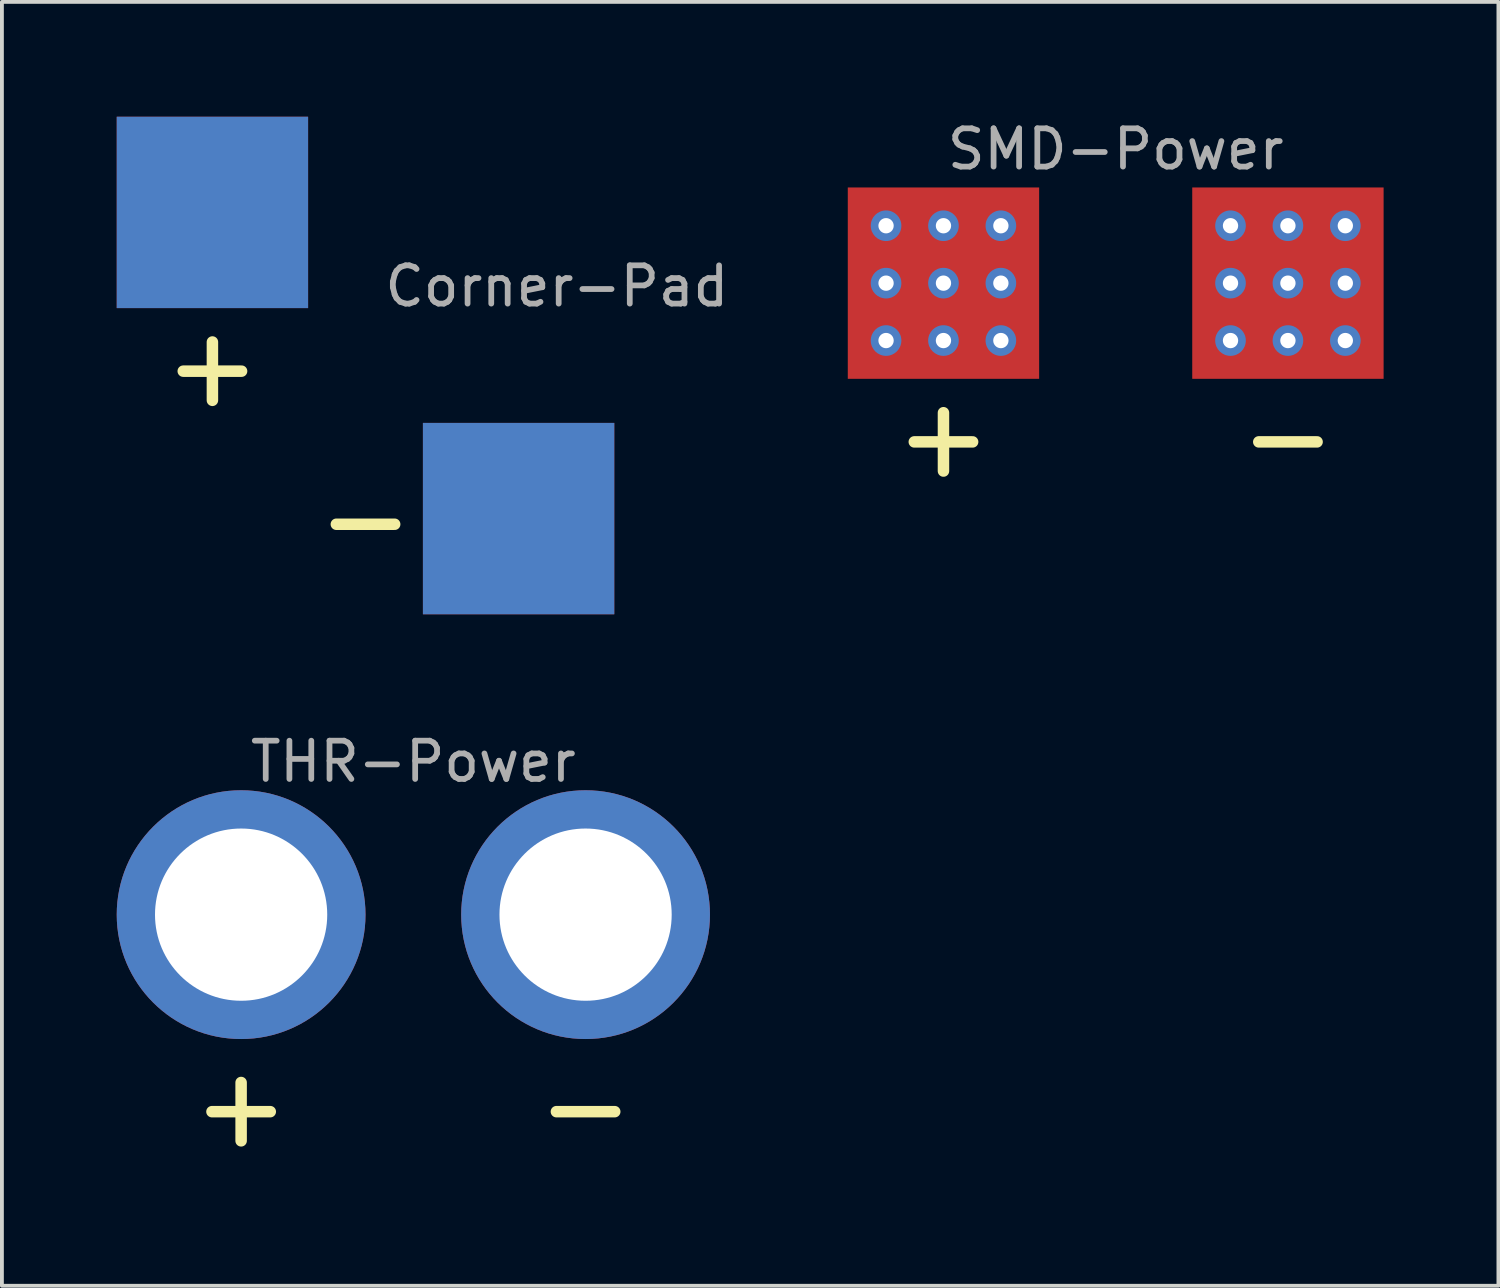
<source format=kicad_pcb>
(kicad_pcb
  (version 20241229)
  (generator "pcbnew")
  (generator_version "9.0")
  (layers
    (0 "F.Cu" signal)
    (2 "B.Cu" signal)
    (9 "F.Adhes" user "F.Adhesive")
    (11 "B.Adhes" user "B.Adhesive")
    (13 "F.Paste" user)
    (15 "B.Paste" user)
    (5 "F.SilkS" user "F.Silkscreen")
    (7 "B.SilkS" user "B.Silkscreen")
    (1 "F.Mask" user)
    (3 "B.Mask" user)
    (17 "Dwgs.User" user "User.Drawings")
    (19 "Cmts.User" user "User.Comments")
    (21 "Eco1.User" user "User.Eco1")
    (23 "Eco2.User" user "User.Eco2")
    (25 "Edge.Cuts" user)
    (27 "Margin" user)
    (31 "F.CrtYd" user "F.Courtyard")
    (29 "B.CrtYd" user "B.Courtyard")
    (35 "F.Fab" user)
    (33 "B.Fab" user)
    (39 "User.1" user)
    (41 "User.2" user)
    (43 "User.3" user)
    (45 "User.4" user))
  (footprint "Corner-Pad"
    (layer "F.Cu")
    (at 6.5 6.5)
    (property "Reference" "Corner-Pad" (at 5 -2.072 0) (layer "F.Fab") (effects (font (size 1 1) (thickness 0.15))))
    (attr through_hole)
    (fp_text user "-" (at 0 4 0) (layer "F.SilkS") (effects (font (size 2 2) (thickness 0.3))))
    (fp_text user "+" (at -4 0 0) (layer "F.SilkS") (effects (font (size 2 2) (thickness 0.3))))
    (pad "1" smd rect (at 4 4) (size 5 5) (layers "F.Cu" "F.Mask" "F.Paste"))
    (pad "1" smd rect (at 4 4) (size 5 5) (layers "B.Cu" "B.Mask" "B.Paste"))
    (pad "2" smd rect (at -4 -4) (size 5 5) (layers "F.Cu" "F.Mask" "F.Paste"))
    (pad "2" smd rect (at -4 -4) (size 5 5) (layers "B.Cu" "B.Mask" "B.Paste")))
  (footprint "SMD-Power"
    (layer "F.Cu")
    (at 26.101 4.348)
    (property "Reference" "SMD-Power" (at 0 -3.5 0) (layer "F.Fab") (effects (font (size 1 1) (thickness 0.15))))
    (attr through_hole)
    (fp_text user "+" (at -4.5 4 0) (layer "F.SilkS") (effects (font (size 2 2) (thickness 0.3))))
    (fp_text user "-" (at 4.5 4 0) (layer "F.SilkS") (effects (font (size 2 2) (thickness 0.3))))
    (pad "1" thru_hole circle (at 3 -1.5) (size 0.8 0.8) (drill 0.4) (layers "*.Cu" "*.Mask"))
    (pad "1" thru_hole circle (at 3 0) (size 0.8 0.8) (drill 0.4) (layers "*.Cu" "*.Mask"))
    (pad "1" thru_hole circle (at 3 1.5) (size 0.8 0.8) (drill 0.4) (layers "*.Cu" "*.Mask"))
    (pad "1" thru_hole circle (at 4.5 -1.5) (size 0.8 0.8) (drill 0.4) (layers "*.Cu" "*.Mask"))
    (pad "1" thru_hole circle (at 4.5 0) (size 0.8 0.8) (drill 0.4) (layers "*.Cu" "*.Mask"))
    (pad "1" smd rect (at 4.5 0) (size 5 5) (layers "F.Cu" "F.Mask" "F.Paste"))
    (pad "1" thru_hole circle (at 4.5 1.5) (size 0.8 0.8) (drill 0.4) (layers "*.Cu" "*.Mask"))
    (pad "1" thru_hole circle (at 6 -1.5) (size 0.8 0.8) (drill 0.4) (layers "*.Cu" "*.Mask"))
    (pad "1" thru_hole circle (at 6 0) (size 0.8 0.8) (drill 0.4) (layers "*.Cu" "*.Mask"))
    (pad "1" thru_hole circle (at 6 1.5) (size 0.8 0.8) (drill 0.4) (layers "*.Cu" "*.Mask"))
    (pad "2" thru_hole circle (at -6 -1.5) (size 0.8 0.8) (drill 0.4) (layers "*.Cu" "*.Mask"))
    (pad "2" thru_hole circle (at -6 0) (size 0.8 0.8) (drill 0.4) (layers "*.Cu" "*.Mask"))
    (pad "2" thru_hole circle (at -6 1.5) (size 0.8 0.8) (drill 0.4) (layers "*.Cu" "*.Mask"))
    (pad "2" thru_hole circle (at -4.5 -1.5) (size 0.8 0.8) (drill 0.4) (layers "*.Cu" "*.Mask"))
    (pad "2" thru_hole circle (at -4.5 0) (size 0.8 0.8) (drill 0.4) (layers "*.Cu" "*.Mask"))
    (pad "2" smd rect (at -4.5 0) (size 5 5) (layers "F.Cu" "F.Mask" "F.Paste"))
    (pad "2" thru_hole circle (at -4.5 1.5) (size 0.8 0.8) (drill 0.4) (layers "*.Cu" "*.Mask"))
    (pad "2" thru_hole circle (at -3 -1.5) (size 0.8 0.8) (drill 0.4) (layers "*.Cu" "*.Mask"))
    (pad "2" thru_hole circle (at -3 0) (size 0.8 0.8) (drill 0.4) (layers "*.Cu" "*.Mask"))
    (pad "2" thru_hole circle (at -3 1.5) (size 0.8 0.8) (drill 0.4) (layers "*.Cu" "*.Mask")))
  (footprint "THR-Power"
    (layer "F.Cu")
    (at 7.75 20.848)
    (property "Reference" "THR-Power" (at 0 -4 0) (layer "F.Fab") (effects (font (size 1 1) (thickness 0.15))))
    (attr through_hole)
    (fp_text user "+" (at -4.5 5 0) (layer "F.SilkS") (effects (font (size 2 2) (thickness 0.3))))
    (fp_text user "-" (at 4.5 5 0) (layer "F.SilkS") (effects (font (size 2 2) (thickness 0.3))))
    (pad "1" thru_hole circle (at -4.5 0) (size 6.5 6.5) (drill 4.5) (layers "*.Cu" "*.Mask"))
    (pad "2" thru_hole circle (at 4.5 0) (size 6.5 6.5) (drill 4.5) (layers "*.Cu" "*.Mask")))
  (gr_rect
    (start -3 -3)
    (end 36.101 30.545)
    (stroke (width 0.1) (type default))
    (fill no)
    (layer "Edge.Cuts")))
</source>
